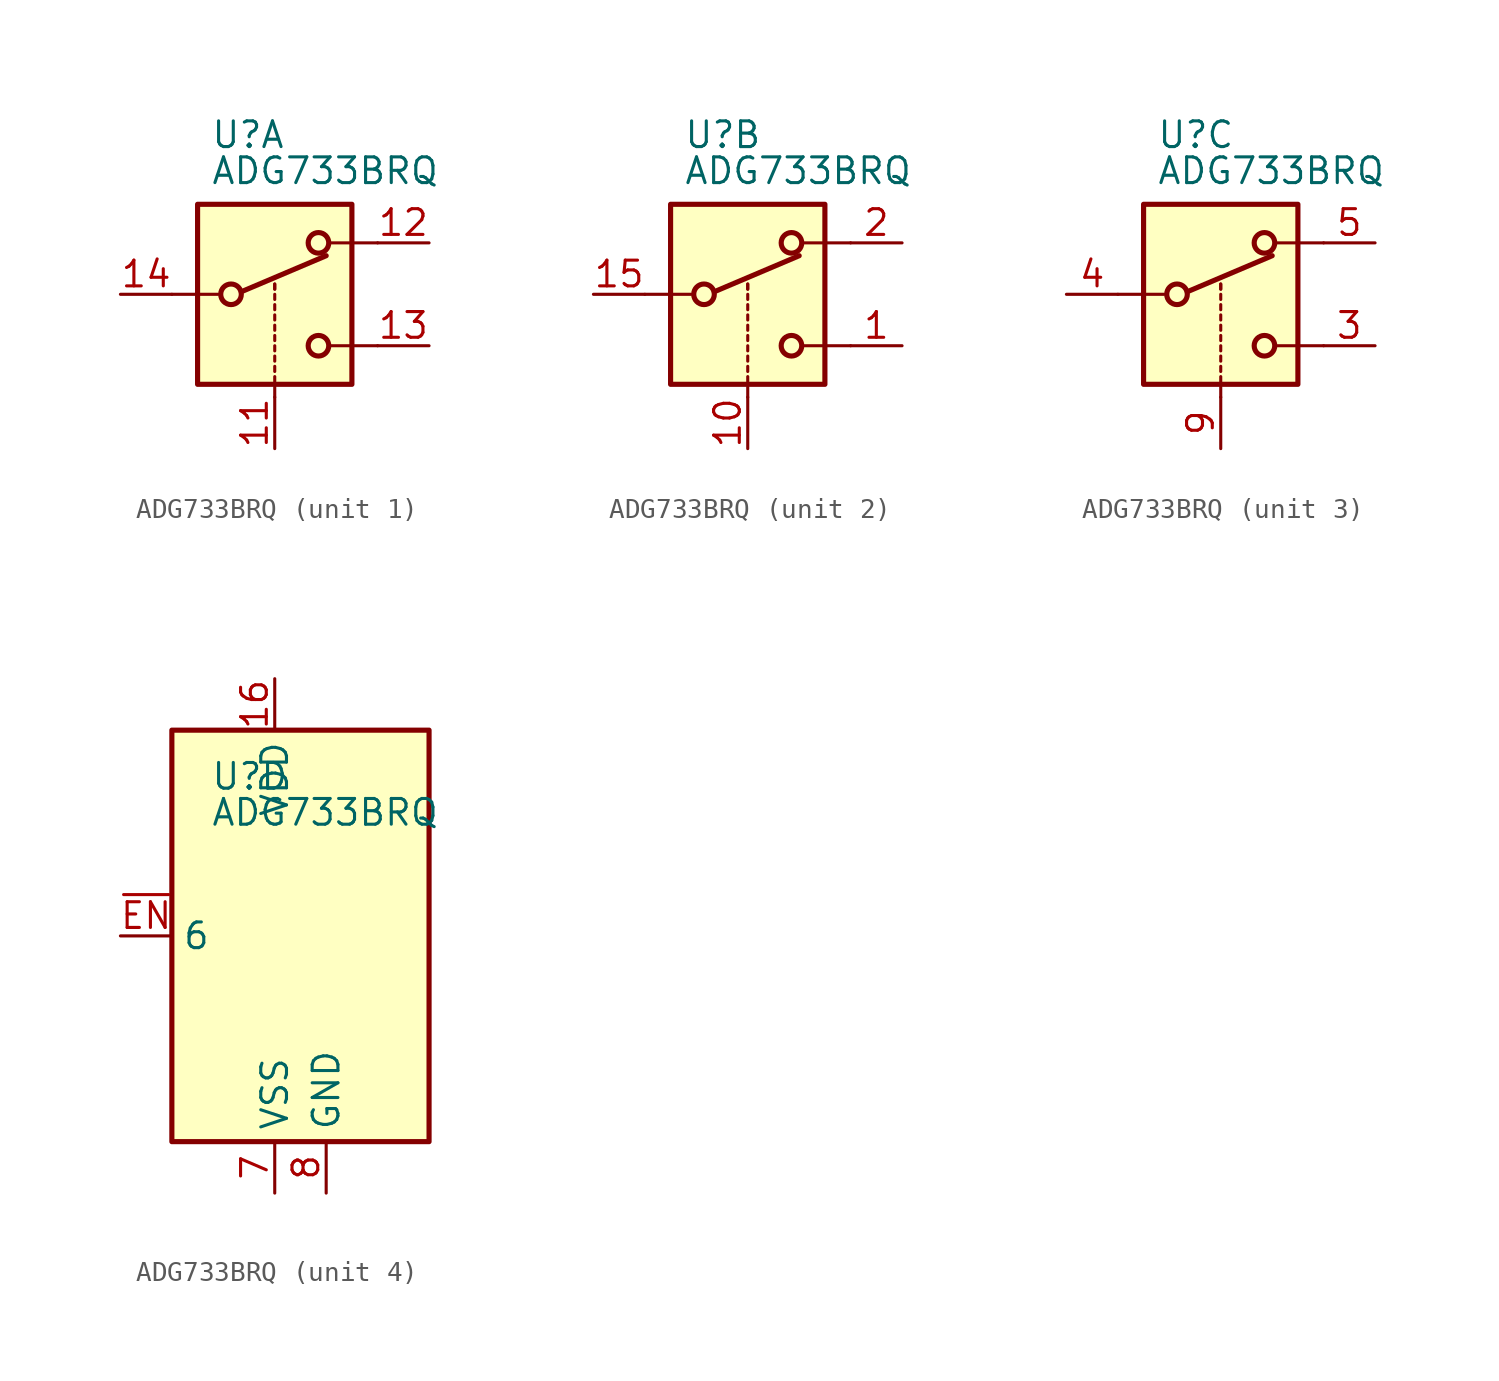
<source format=kicad_sym>
(kicad_symbol_lib
  (version 20241209)
  (generator "kicad_symbol_editor")
  (generator_version "9.0")
  (symbol "ADG733BRQ"
    (property "Reference" "U"
      (at -3.175 7.874 0)
      (effects (font (size 1.27 1.27)) (justify left)))
    (property "Value" "ADG733BRQ"
      (at -3.175 6.096 0)
      (effects (font (size 1.27 1.27)) (justify left)))
    (symbol "ADG733BRQ_1_1"
      (polyline (pts (xy -5.08 0) (xy -2.794 0)) (stroke (width 0) (type default)) (fill (type none)))
      (rectangle (start -3.81 4.445) (end 3.81 -4.445) (stroke (width 0.254) (type default)) (fill (type background)))
      (circle (center -2.159 0) (radius 0.508) (stroke (width 0.254) (type default)) (fill (type none)))
      (polyline (pts (xy -1.651 0.127) (xy 2.54 1.905)) (stroke (width 0.254) (type default)) (fill (type none)))
      (polyline (pts (xy 0 0.254) (xy 0 0.508)) (stroke (width 0) (type default)) (fill (type none)))
      (polyline (pts (xy 0 0.254) (xy 0 0.508)) (stroke (width 0) (type default)) (fill (type none)))
      (polyline (pts (xy 0 -0.254) (xy 0 0)) (stroke (width 0) (type default)) (fill (type none)))
      (polyline (pts (xy 0 -0.762) (xy 0 -0.508)) (stroke (width 0) (type default)) (fill (type none)))
      (polyline (pts (xy 0 -1.27) (xy 0 -1.016)) (stroke (width 0) (type default)) (fill (type none)))
      (polyline (pts (xy 0 -1.778) (xy 0 -1.524)) (stroke (width 0) (type default)) (fill (type none)))
      (polyline (pts (xy 0 -2.286) (xy 0 -2.032)) (stroke (width 0) (type default)) (fill (type none)))
      (polyline (pts (xy 0 -2.794) (xy 0 -2.54)) (stroke (width 0) (type default)) (fill (type none)))
      (polyline (pts (xy 0 -3.302) (xy 0 -3.048)) (stroke (width 0) (type default)) (fill (type none)))
      (polyline (pts (xy 0 -3.81) (xy 0 -3.556)) (stroke (width 0) (type default)) (fill (type none)))
      (polyline (pts (xy 0 -4.318) (xy 0 -4.064)) (stroke (width 0) (type default)) (fill (type none)))
      (polyline (pts (xy 0 -5.08) (xy 0 -4.572)) (stroke (width 0) (type default)) (fill (type none)))
      (circle (center 2.159 2.54) (radius 0.508) (stroke (width 0.254) (type default)) (fill (type none)))
      (circle (center 2.159 -2.54) (radius 0.508) (stroke (width 0.254) (type default)) (fill (type none)))
      (polyline (pts (xy 5.08 2.54) (xy 2.794 2.54)) (stroke (width 0) (type default)) (fill (type none)))
      (polyline (pts (xy 5.08 -2.54) (xy 2.794 -2.54)) (stroke (width 0) (type default)) (fill (type none)))
      (pin passive line (at -7.62 0 0) (length 2.54) (name "~" (effects (font (size 1.27 1.27)))) (number "14" (effects (font (size 1.27 1.27)))))
      (pin input line (at 0 -7.62 90) (length 2.54) (name "~" (effects (font (size 1.27 1.27)))) (number "11" (effects (font (size 1.27 1.27)))))
      (pin passive line (at 7.62 2.54 180) (length 2.54) (name "~" (effects (font (size 1.27 1.27)))) (number "12" (effects (font (size 1.27 1.27)))))
      (pin passive line (at 7.62 -2.54 180) (length 2.54) (name "~" (effects (font (size 1.27 1.27)))) (number "13" (effects (font (size 1.27 1.27))))))
    (symbol "ADG733BRQ_2_1"
      (polyline (pts (xy -5.08 0) (xy -2.794 0)) (stroke (width 0) (type default)) (fill (type none)))
      (rectangle (start -3.81 4.445) (end 3.81 -4.445) (stroke (width 0.254) (type default)) (fill (type background)))
      (circle (center -2.159 0) (radius 0.508) (stroke (width 0.254) (type default)) (fill (type none)))
      (polyline (pts (xy -1.651 0.127) (xy 2.54 1.905)) (stroke (width 0.254) (type default)) (fill (type none)))
      (polyline (pts (xy 0 0.254) (xy 0 0.508)) (stroke (width 0) (type default)) (fill (type none)))
      (polyline (pts (xy 0 0.254) (xy 0 0.508)) (stroke (width 0) (type default)) (fill (type none)))
      (polyline (pts (xy 0 -0.254) (xy 0 0)) (stroke (width 0) (type default)) (fill (type none)))
      (polyline (pts (xy 0 -0.762) (xy 0 -0.508)) (stroke (width 0) (type default)) (fill (type none)))
      (polyline (pts (xy 0 -1.27) (xy 0 -1.016)) (stroke (width 0) (type default)) (fill (type none)))
      (polyline (pts (xy 0 -1.778) (xy 0 -1.524)) (stroke (width 0) (type default)) (fill (type none)))
      (polyline (pts (xy 0 -2.286) (xy 0 -2.032)) (stroke (width 0) (type default)) (fill (type none)))
      (polyline (pts (xy 0 -2.794) (xy 0 -2.54)) (stroke (width 0) (type default)) (fill (type none)))
      (polyline (pts (xy 0 -3.302) (xy 0 -3.048)) (stroke (width 0) (type default)) (fill (type none)))
      (polyline (pts (xy 0 -3.81) (xy 0 -3.556)) (stroke (width 0) (type default)) (fill (type none)))
      (polyline (pts (xy 0 -4.318) (xy 0 -4.064)) (stroke (width 0) (type default)) (fill (type none)))
      (polyline (pts (xy 0 -5.08) (xy 0 -4.572)) (stroke (width 0) (type default)) (fill (type none)))
      (circle (center 2.159 2.54) (radius 0.508) (stroke (width 0.254) (type default)) (fill (type none)))
      (circle (center 2.159 -2.54) (radius 0.508) (stroke (width 0.254) (type default)) (fill (type none)))
      (polyline (pts (xy 5.08 2.54) (xy 2.794 2.54)) (stroke (width 0) (type default)) (fill (type none)))
      (polyline (pts (xy 5.08 -2.54) (xy 2.794 -2.54)) (stroke (width 0) (type default)) (fill (type none)))
      (pin passive line (at -7.62 0 0) (length 2.54) (name "~" (effects (font (size 1.27 1.27)))) (number "15" (effects (font (size 1.27 1.27)))))
      (pin input line (at 0 -7.62 90) (length 2.54) (name "~" (effects (font (size 1.27 1.27)))) (number "10" (effects (font (size 1.27 1.27)))))
      (pin passive line (at 7.62 2.54 180) (length 2.54) (name "~" (effects (font (size 1.27 1.27)))) (number "2" (effects (font (size 1.27 1.27)))))
      (pin passive line (at 7.62 -2.54 180) (length 2.54) (name "~" (effects (font (size 1.27 1.27)))) (number "1" (effects (font (size 1.27 1.27))))))
    (symbol "ADG733BRQ_3_1"
      (polyline (pts (xy -5.08 0) (xy -2.794 0)) (stroke (width 0) (type default)) (fill (type none)))
      (rectangle (start -3.81 4.445) (end 3.81 -4.445) (stroke (width 0.254) (type default)) (fill (type background)))
      (circle (center -2.159 0) (radius 0.508) (stroke (width 0.254) (type default)) (fill (type none)))
      (polyline (pts (xy -1.651 0.127) (xy 2.54 1.905)) (stroke (width 0.254) (type default)) (fill (type none)))
      (polyline (pts (xy 0 0.254) (xy 0 0.508)) (stroke (width 0) (type default)) (fill (type none)))
      (polyline (pts (xy 0 0.254) (xy 0 0.508)) (stroke (width 0) (type default)) (fill (type none)))
      (polyline (pts (xy 0 -0.254) (xy 0 0)) (stroke (width 0) (type default)) (fill (type none)))
      (polyline (pts (xy 0 -0.762) (xy 0 -0.508)) (stroke (width 0) (type default)) (fill (type none)))
      (polyline (pts (xy 0 -1.27) (xy 0 -1.016)) (stroke (width 0) (type default)) (fill (type none)))
      (polyline (pts (xy 0 -1.778) (xy 0 -1.524)) (stroke (width 0) (type default)) (fill (type none)))
      (polyline (pts (xy 0 -2.286) (xy 0 -2.032)) (stroke (width 0) (type default)) (fill (type none)))
      (polyline (pts (xy 0 -2.794) (xy 0 -2.54)) (stroke (width 0) (type default)) (fill (type none)))
      (polyline (pts (xy 0 -3.302) (xy 0 -3.048)) (stroke (width 0) (type default)) (fill (type none)))
      (polyline (pts (xy 0 -3.81) (xy 0 -3.556)) (stroke (width 0) (type default)) (fill (type none)))
      (polyline (pts (xy 0 -4.318) (xy 0 -4.064)) (stroke (width 0) (type default)) (fill (type none)))
      (polyline (pts (xy 0 -5.08) (xy 0 -4.572)) (stroke (width 0) (type default)) (fill (type none)))
      (circle (center 2.159 2.54) (radius 0.508) (stroke (width 0.254) (type default)) (fill (type none)))
      (circle (center 2.159 -2.54) (radius 0.508) (stroke (width 0.254) (type default)) (fill (type none)))
      (polyline (pts (xy 5.08 2.54) (xy 2.794 2.54)) (stroke (width 0) (type default)) (fill (type none)))
      (polyline (pts (xy 5.08 -2.54) (xy 2.794 -2.54)) (stroke (width 0) (type default)) (fill (type none)))
      (pin passive line (at -7.62 0 0) (length 2.54) (name "~" (effects (font (size 1.27 1.27)))) (number "4" (effects (font (size 1.27 1.27)))))
      (pin input line (at 0 -7.62 90) (length 2.54) (name "~" (effects (font (size 1.27 1.27)))) (number "9" (effects (font (size 1.27 1.27)))))
      (pin passive line (at 7.62 2.54 180) (length 2.54) (name "~" (effects (font (size 1.27 1.27)))) (number "5" (effects (font (size 1.27 1.27)))))
      (pin passive line (at 7.62 -2.54 180) (length 2.54) (name "~" (effects (font (size 1.27 1.27)))) (number "3" (effects (font (size 1.27 1.27))))))
    (symbol "ADG733BRQ_4_0"
      (pin input line (at -7.62 0 0) (length 2.54) (name "6" (effects (font (size 1.27 1.27)))) (number "~{EN}" (effects (font (size 1.27 1.27)))))
      (pin power_in line (at 0 12.7 270) (length 2.54) (name "VDD" (effects (font (size 1.27 1.27)))) (number "16" (effects (font (size 1.27 1.27)))))
      (pin power_in line (at 0 -12.7 90) (length 2.54) (name "VSS" (effects (font (size 1.27 1.27)))) (number "7" (effects (font (size 1.27 1.27)))))
      (pin power_in line (at 2.54 -12.7 90) (length 2.54) (name "GND" (effects (font (size 1.27 1.27)))) (number "8" (effects (font (size 1.27 1.27))))))
    (symbol "ADG733BRQ_4_1"
      (rectangle (start -5.08 10.16) (end 7.62 -10.16) (stroke (width 0.254) (type default)) (fill (type background))))))
</source>
